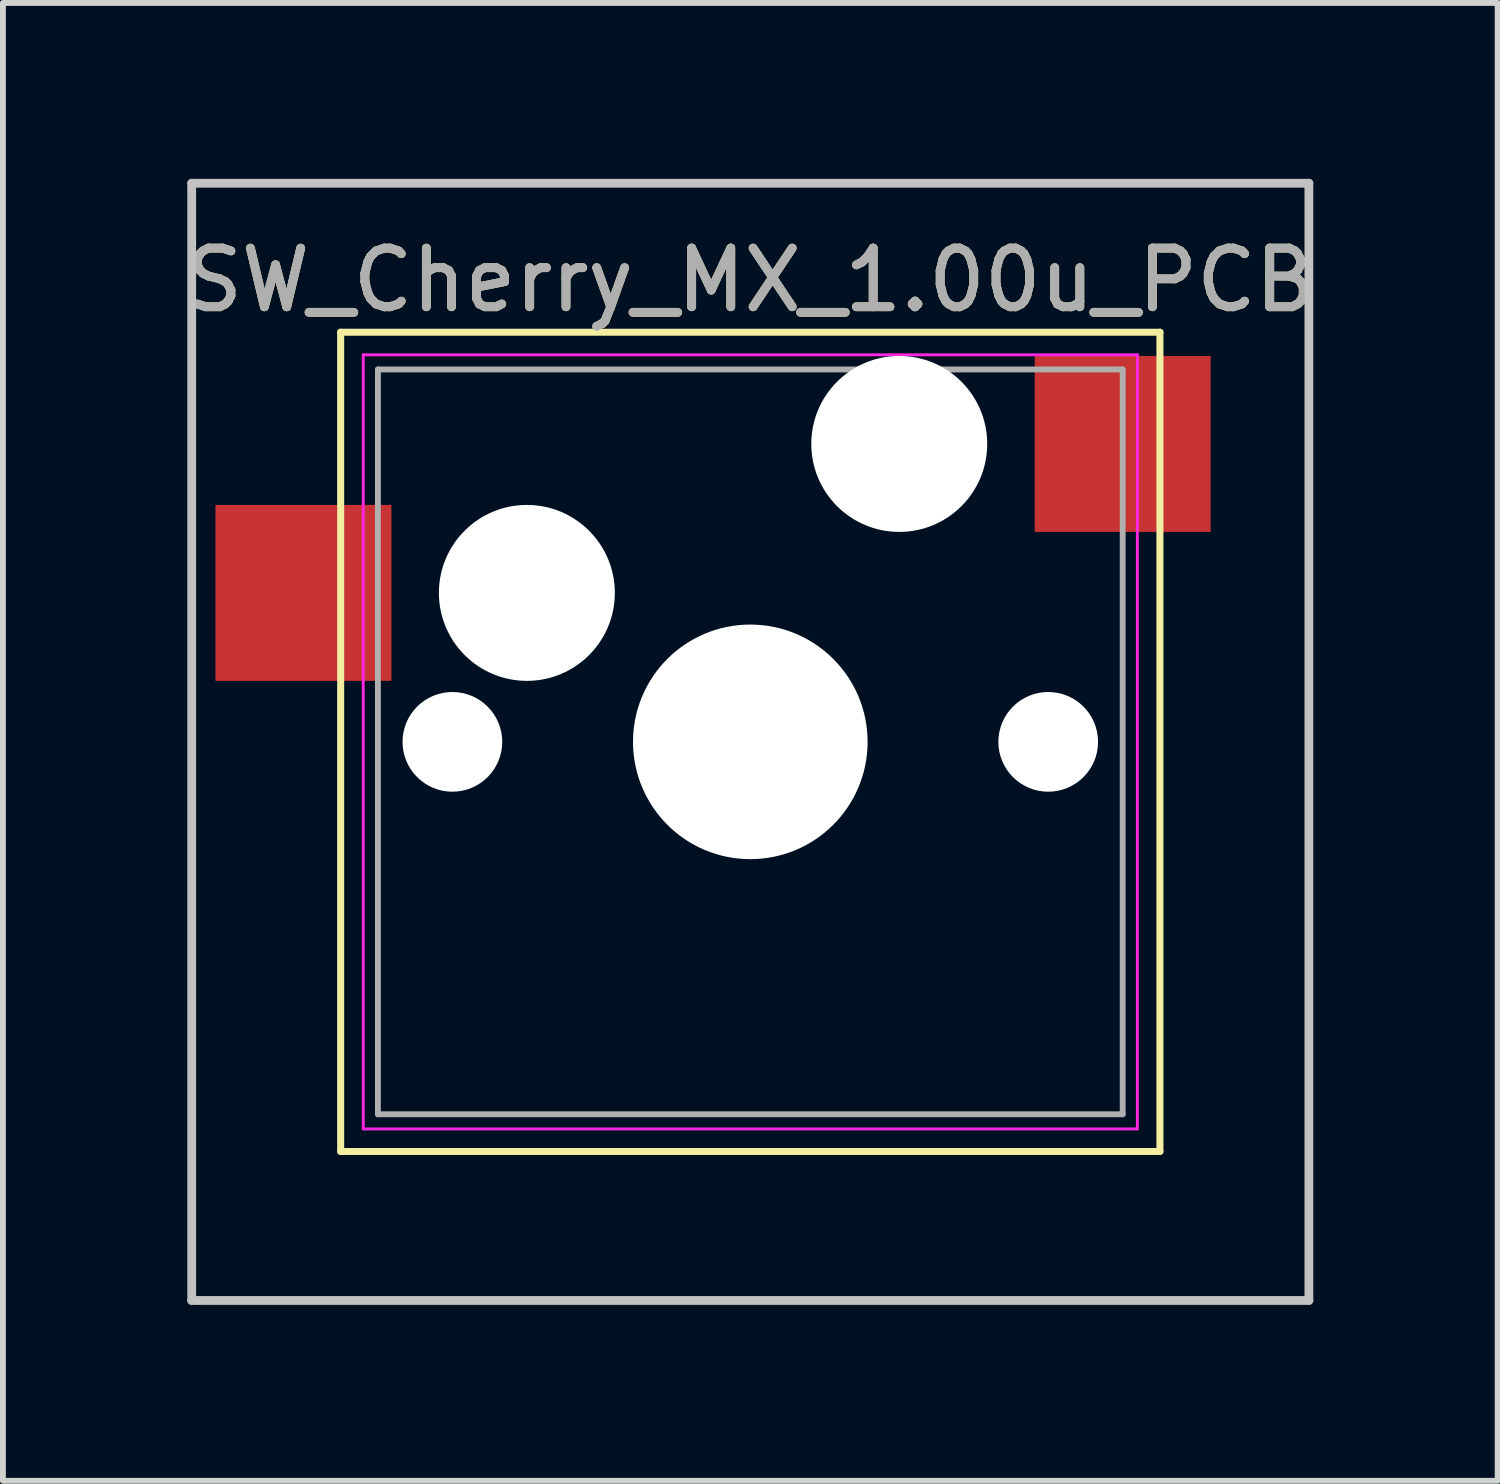
<source format=kicad_pcb>
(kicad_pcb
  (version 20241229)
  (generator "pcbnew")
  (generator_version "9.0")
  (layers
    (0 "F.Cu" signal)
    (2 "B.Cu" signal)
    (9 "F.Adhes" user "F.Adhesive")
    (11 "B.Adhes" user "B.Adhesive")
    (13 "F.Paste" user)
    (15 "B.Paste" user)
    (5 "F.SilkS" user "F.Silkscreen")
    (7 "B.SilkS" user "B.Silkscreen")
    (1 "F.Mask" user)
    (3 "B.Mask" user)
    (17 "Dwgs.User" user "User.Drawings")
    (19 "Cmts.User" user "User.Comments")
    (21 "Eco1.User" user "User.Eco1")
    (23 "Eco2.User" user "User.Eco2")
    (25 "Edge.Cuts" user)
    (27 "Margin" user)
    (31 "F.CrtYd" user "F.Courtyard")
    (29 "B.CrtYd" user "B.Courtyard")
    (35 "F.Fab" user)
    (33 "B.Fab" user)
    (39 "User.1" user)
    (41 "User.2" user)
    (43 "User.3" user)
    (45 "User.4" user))
  (footprint "SW_Cherry_MX_1.00u_PCB"
    (layer "F.Cu")
    (at 12.284 4.52)
    (property "Reference" "SW_Cherry_MX_1.00u_PCB" (at -2.54 -2.794 0) (layer "F.SilkS") (effects (font (size 1 1) (thickness 0.15))))
    (attr through_hole)
    (fp_line (start -9.525 -1.905) (end 4.445 -1.905) (stroke (width 0.12) (type solid)) (layer "F.SilkS"))
    (fp_line (start -9.525 12.065) (end -9.525 -1.905) (stroke (width 0.12) (type solid)) (layer "F.SilkS"))
    (fp_line (start 4.445 -1.905) (end 4.445 12.065) (stroke (width 0.12) (type solid)) (layer "F.SilkS"))
    (fp_line (start 4.445 12.065) (end -9.525 12.065) (stroke (width 0.12) (type solid)) (layer "F.SilkS"))
    (fp_line (start -12.065 -4.445) (end 6.985 -4.445) (stroke (width 0.15) (type solid)) (layer "Dwgs.User"))
    (fp_line (start -12.065 14.605) (end -12.065 -4.445) (stroke (width 0.15) (type solid)) (layer "Dwgs.User"))
    (fp_line (start 6.985 -4.445) (end 6.985 14.605) (stroke (width 0.15) (type solid)) (layer "Dwgs.User"))
    (fp_line (start 6.985 14.605) (end -12.065 14.605) (stroke (width 0.15) (type solid)) (layer "Dwgs.User"))
    (fp_line (start -9.14 -1.52) (end 4.06 -1.52) (stroke (width 0.05) (type solid)) (layer "F.CrtYd"))
    (fp_line (start -9.14 11.68) (end -9.14 -1.52) (stroke (width 0.05) (type solid)) (layer "F.CrtYd"))
    (fp_line (start 4.06 -1.52) (end 4.06 11.68) (stroke (width 0.05) (type solid)) (layer "F.CrtYd"))
    (fp_line (start 4.06 11.68) (end -9.14 11.68) (stroke (width 0.05) (type solid)) (layer "F.CrtYd"))
    (fp_line (start -8.89 -1.27) (end 3.81 -1.27) (stroke (width 0.1) (type solid)) (layer "F.Fab"))
    (fp_line (start -8.89 11.43) (end -8.89 -1.27) (stroke (width 0.1) (type solid)) (layer "F.Fab"))
    (fp_line (start 3.81 -1.27) (end 3.81 11.43) (stroke (width 0.1) (type solid)) (layer "F.Fab"))
    (fp_line (start 3.81 11.43) (end -8.89 11.43) (stroke (width 0.1) (type solid)) (layer "F.Fab"))
    (fp_text user "${REFERENCE}" (at -2.54 -2.794 0) (layer "F.Fab") (effects (font (size 1 1) (thickness 0.15))))
    (pad "" smd rect (at -10.16 2.54) (size 3 3) (layers "F.Cu" "F.Mask" "F.Paste"))
    (pad "" np_thru_hole circle (at -7.62 5.08) (size 1.7 1.7) (drill 1.7) (layers "*.Cu" "*.Mask"))
    (pad "" np_thru_hole circle (at -6.35 2.54) (size 3 3) (drill 3) (layers "*.Cu" "*.Mask"))
    (pad "" np_thru_hole circle (at -2.54 5.08) (size 4 4) (drill 4) (layers "*.Cu" "*.Mask"))
    (pad "" np_thru_hole circle (at 0 0) (size 3 3) (drill 3) (layers "*.Cu" "*.Mask"))
    (pad "" np_thru_hole circle (at 2.54 5.08) (size 1.7 1.7) (drill 1.7) (layers "*.Cu" "*.Mask"))
    (pad "" smd rect (at 3.81 0) (size 3 3) (layers "F.Cu" "F.Mask" "F.Paste")))
  (gr_rect
    (start -3 -3)
    (end 22.488 22.2)
    (stroke (width 0.1) (type default))
    (fill no)
    (layer "Edge.Cuts")))
</source>
